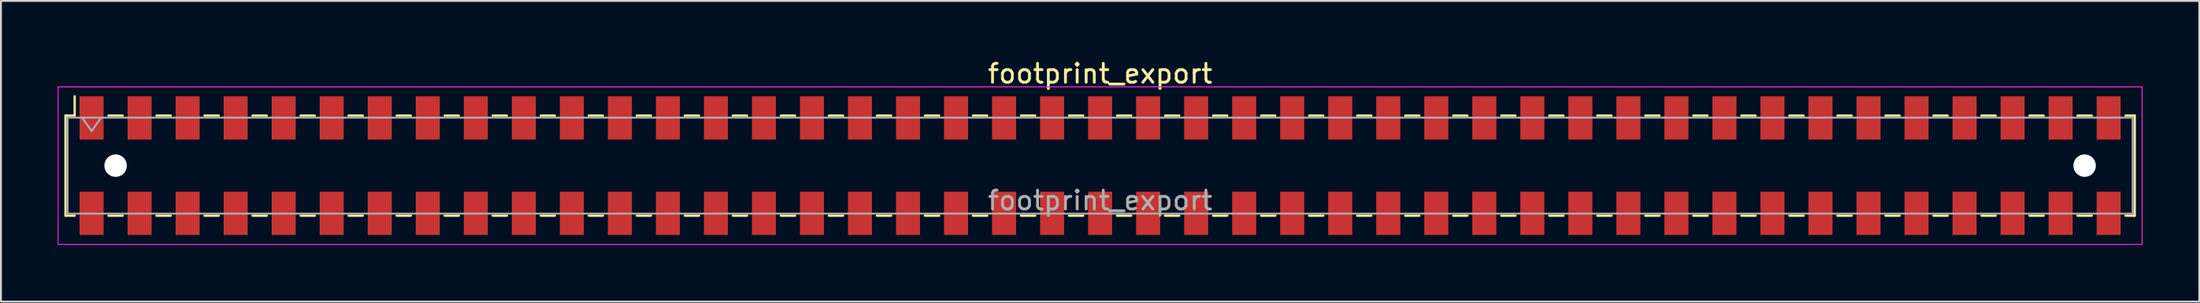
<source format=kicad_pcb>
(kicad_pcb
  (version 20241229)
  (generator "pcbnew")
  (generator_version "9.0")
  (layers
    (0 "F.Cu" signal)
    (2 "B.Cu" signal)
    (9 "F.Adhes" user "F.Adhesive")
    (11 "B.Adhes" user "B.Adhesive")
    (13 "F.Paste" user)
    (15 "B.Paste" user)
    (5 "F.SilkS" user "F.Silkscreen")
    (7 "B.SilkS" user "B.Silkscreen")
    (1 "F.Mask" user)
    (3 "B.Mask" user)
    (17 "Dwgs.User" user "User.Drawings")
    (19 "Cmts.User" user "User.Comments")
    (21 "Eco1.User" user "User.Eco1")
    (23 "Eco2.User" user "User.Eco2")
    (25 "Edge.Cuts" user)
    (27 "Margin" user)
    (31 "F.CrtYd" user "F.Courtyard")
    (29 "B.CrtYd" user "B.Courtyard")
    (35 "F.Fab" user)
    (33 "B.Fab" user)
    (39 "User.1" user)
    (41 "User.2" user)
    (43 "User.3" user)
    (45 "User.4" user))
  (footprint "footprint_export"
    (layer "F.Cu")
    (at 55.135 5.718)
    (property "Reference" "footprint_export" (at 0 -4.87 0) (layer "F.SilkS") (effects (font (size 1 1) (thickness 0.15))))
    (attr smd)
    (fp_line (start -54.72 -2.65) (end -54.72 2.65) (stroke (width 0.12) (type solid)) (layer "F.SilkS"))
    (fp_line (start -54.72 2.65) (end -54.235 2.65) (stroke (width 0.12) (type solid)) (layer "F.SilkS"))
    (fp_line (start -54.235 -3.67) (end -54.235 -2.65) (stroke (width 0.12) (type solid)) (layer "F.SilkS"))
    (fp_line (start -54.235 -2.65) (end -54.72 -2.65) (stroke (width 0.12) (type solid)) (layer "F.SilkS"))
    (fp_line (start -52.445 -2.65) (end -51.695 -2.65) (stroke (width 0.12) (type solid)) (layer "F.SilkS"))
    (fp_line (start -52.445 2.65) (end -51.695 2.65) (stroke (width 0.12) (type solid)) (layer "F.SilkS"))
    (fp_line (start -49.905 -2.65) (end -49.155 -2.65) (stroke (width 0.12) (type solid)) (layer "F.SilkS"))
    (fp_line (start -49.905 2.65) (end -49.155 2.65) (stroke (width 0.12) (type solid)) (layer "F.SilkS"))
    (fp_line (start -47.365 -2.65) (end -46.615 -2.65) (stroke (width 0.12) (type solid)) (layer "F.SilkS"))
    (fp_line (start -47.365 2.65) (end -46.615 2.65) (stroke (width 0.12) (type solid)) (layer "F.SilkS"))
    (fp_line (start -44.825 -2.65) (end -44.075 -2.65) (stroke (width 0.12) (type solid)) (layer "F.SilkS"))
    (fp_line (start -44.825 2.65) (end -44.075 2.65) (stroke (width 0.12) (type solid)) (layer "F.SilkS"))
    (fp_line (start -42.285 -2.65) (end -41.535 -2.65) (stroke (width 0.12) (type solid)) (layer "F.SilkS"))
    (fp_line (start -42.285 2.65) (end -41.535 2.65) (stroke (width 0.12) (type solid)) (layer "F.SilkS"))
    (fp_line (start -39.745 -2.65) (end -38.995 -2.65) (stroke (width 0.12) (type solid)) (layer "F.SilkS"))
    (fp_line (start -39.745 2.65) (end -38.995 2.65) (stroke (width 0.12) (type solid)) (layer "F.SilkS"))
    (fp_line (start -37.205 -2.65) (end -36.455 -2.65) (stroke (width 0.12) (type solid)) (layer "F.SilkS"))
    (fp_line (start -37.205 2.65) (end -36.455 2.65) (stroke (width 0.12) (type solid)) (layer "F.SilkS"))
    (fp_line (start -34.665 -2.65) (end -33.915 -2.65) (stroke (width 0.12) (type solid)) (layer "F.SilkS"))
    (fp_line (start -34.665 2.65) (end -33.915 2.65) (stroke (width 0.12) (type solid)) (layer "F.SilkS"))
    (fp_line (start -32.125 -2.65) (end -31.375 -2.65) (stroke (width 0.12) (type solid)) (layer "F.SilkS"))
    (fp_line (start -32.125 2.65) (end -31.375 2.65) (stroke (width 0.12) (type solid)) (layer "F.SilkS"))
    (fp_line (start -29.585 -2.65) (end -28.835 -2.65) (stroke (width 0.12) (type solid)) (layer "F.SilkS"))
    (fp_line (start -29.585 2.65) (end -28.835 2.65) (stroke (width 0.12) (type solid)) (layer "F.SilkS"))
    (fp_line (start -27.045 -2.65) (end -26.295 -2.65) (stroke (width 0.12) (type solid)) (layer "F.SilkS"))
    (fp_line (start -27.045 2.65) (end -26.295 2.65) (stroke (width 0.12) (type solid)) (layer "F.SilkS"))
    (fp_line (start -24.505 -2.65) (end -23.755 -2.65) (stroke (width 0.12) (type solid)) (layer "F.SilkS"))
    (fp_line (start -24.505 2.65) (end -23.755 2.65) (stroke (width 0.12) (type solid)) (layer "F.SilkS"))
    (fp_line (start -21.965 -2.65) (end -21.215 -2.65) (stroke (width 0.12) (type solid)) (layer "F.SilkS"))
    (fp_line (start -21.965 2.65) (end -21.215 2.65) (stroke (width 0.12) (type solid)) (layer "F.SilkS"))
    (fp_line (start -19.425 -2.65) (end -18.675 -2.65) (stroke (width 0.12) (type solid)) (layer "F.SilkS"))
    (fp_line (start -19.425 2.65) (end -18.675 2.65) (stroke (width 0.12) (type solid)) (layer "F.SilkS"))
    (fp_line (start -16.885 -2.65) (end -16.135 -2.65) (stroke (width 0.12) (type solid)) (layer "F.SilkS"))
    (fp_line (start -16.885 2.65) (end -16.135 2.65) (stroke (width 0.12) (type solid)) (layer "F.SilkS"))
    (fp_line (start -14.345 -2.65) (end -13.595 -2.65) (stroke (width 0.12) (type solid)) (layer "F.SilkS"))
    (fp_line (start -14.345 2.65) (end -13.595 2.65) (stroke (width 0.12) (type solid)) (layer "F.SilkS"))
    (fp_line (start -11.805 -2.65) (end -11.055 -2.65) (stroke (width 0.12) (type solid)) (layer "F.SilkS"))
    (fp_line (start -11.805 2.65) (end -11.055 2.65) (stroke (width 0.12) (type solid)) (layer "F.SilkS"))
    (fp_line (start -9.265 -2.65) (end -8.515 -2.65) (stroke (width 0.12) (type solid)) (layer "F.SilkS"))
    (fp_line (start -9.265 2.65) (end -8.515 2.65) (stroke (width 0.12) (type solid)) (layer "F.SilkS"))
    (fp_line (start -6.725 -2.65) (end -5.975 -2.65) (stroke (width 0.12) (type solid)) (layer "F.SilkS"))
    (fp_line (start -6.725 2.65) (end -5.975 2.65) (stroke (width 0.12) (type solid)) (layer "F.SilkS"))
    (fp_line (start -4.185 -2.65) (end -3.435 -2.65) (stroke (width 0.12) (type solid)) (layer "F.SilkS"))
    (fp_line (start -4.185 2.65) (end -3.435 2.65) (stroke (width 0.12) (type solid)) (layer "F.SilkS"))
    (fp_line (start -1.645 -2.65) (end -0.895 -2.65) (stroke (width 0.12) (type solid)) (layer "F.SilkS"))
    (fp_line (start -1.645 2.65) (end -0.895 2.65) (stroke (width 0.12) (type solid)) (layer "F.SilkS"))
    (fp_line (start 0.895 -2.65) (end 1.645 -2.65) (stroke (width 0.12) (type solid)) (layer "F.SilkS"))
    (fp_line (start 0.895 2.65) (end 1.645 2.65) (stroke (width 0.12) (type solid)) (layer "F.SilkS"))
    (fp_line (start 3.435 -2.65) (end 4.185 -2.65) (stroke (width 0.12) (type solid)) (layer "F.SilkS"))
    (fp_line (start 3.435 2.65) (end 4.185 2.65) (stroke (width 0.12) (type solid)) (layer "F.SilkS"))
    (fp_line (start 5.975 -2.65) (end 6.725 -2.65) (stroke (width 0.12) (type solid)) (layer "F.SilkS"))
    (fp_line (start 5.975 2.65) (end 6.725 2.65) (stroke (width 0.12) (type solid)) (layer "F.SilkS"))
    (fp_line (start 8.515 -2.65) (end 9.265 -2.65) (stroke (width 0.12) (type solid)) (layer "F.SilkS"))
    (fp_line (start 8.515 2.65) (end 9.265 2.65) (stroke (width 0.12) (type solid)) (layer "F.SilkS"))
    (fp_line (start 11.055 -2.65) (end 11.805 -2.65) (stroke (width 0.12) (type solid)) (layer "F.SilkS"))
    (fp_line (start 11.055 2.65) (end 11.805 2.65) (stroke (width 0.12) (type solid)) (layer "F.SilkS"))
    (fp_line (start 13.595 -2.65) (end 14.345 -2.65) (stroke (width 0.12) (type solid)) (layer "F.SilkS"))
    (fp_line (start 13.595 2.65) (end 14.345 2.65) (stroke (width 0.12) (type solid)) (layer "F.SilkS"))
    (fp_line (start 16.135 -2.65) (end 16.885 -2.65) (stroke (width 0.12) (type solid)) (layer "F.SilkS"))
    (fp_line (start 16.135 2.65) (end 16.885 2.65) (stroke (width 0.12) (type solid)) (layer "F.SilkS"))
    (fp_line (start 18.675 -2.65) (end 19.425 -2.65) (stroke (width 0.12) (type solid)) (layer "F.SilkS"))
    (fp_line (start 18.675 2.65) (end 19.425 2.65) (stroke (width 0.12) (type solid)) (layer "F.SilkS"))
    (fp_line (start 21.215 -2.65) (end 21.965 -2.65) (stroke (width 0.12) (type solid)) (layer "F.SilkS"))
    (fp_line (start 21.215 2.65) (end 21.965 2.65) (stroke (width 0.12) (type solid)) (layer "F.SilkS"))
    (fp_line (start 23.755 -2.65) (end 24.505 -2.65) (stroke (width 0.12) (type solid)) (layer "F.SilkS"))
    (fp_line (start 23.755 2.65) (end 24.505 2.65) (stroke (width 0.12) (type solid)) (layer "F.SilkS"))
    (fp_line (start 26.295 -2.65) (end 27.045 -2.65) (stroke (width 0.12) (type solid)) (layer "F.SilkS"))
    (fp_line (start 26.295 2.65) (end 27.045 2.65) (stroke (width 0.12) (type solid)) (layer "F.SilkS"))
    (fp_line (start 28.835 -2.65) (end 29.585 -2.65) (stroke (width 0.12) (type solid)) (layer "F.SilkS"))
    (fp_line (start 28.835 2.65) (end 29.585 2.65) (stroke (width 0.12) (type solid)) (layer "F.SilkS"))
    (fp_line (start 31.375 -2.65) (end 32.125 -2.65) (stroke (width 0.12) (type solid)) (layer "F.SilkS"))
    (fp_line (start 31.375 2.65) (end 32.125 2.65) (stroke (width 0.12) (type solid)) (layer "F.SilkS"))
    (fp_line (start 33.915 -2.65) (end 34.665 -2.65) (stroke (width 0.12) (type solid)) (layer "F.SilkS"))
    (fp_line (start 33.915 2.65) (end 34.665 2.65) (stroke (width 0.12) (type solid)) (layer "F.SilkS"))
    (fp_line (start 36.455 -2.65) (end 37.205 -2.65) (stroke (width 0.12) (type solid)) (layer "F.SilkS"))
    (fp_line (start 36.455 2.65) (end 37.205 2.65) (stroke (width 0.12) (type solid)) (layer "F.SilkS"))
    (fp_line (start 38.995 -2.65) (end 39.745 -2.65) (stroke (width 0.12) (type solid)) (layer "F.SilkS"))
    (fp_line (start 38.995 2.65) (end 39.745 2.65) (stroke (width 0.12) (type solid)) (layer "F.SilkS"))
    (fp_line (start 41.535 -2.65) (end 42.285 -2.65) (stroke (width 0.12) (type solid)) (layer "F.SilkS"))
    (fp_line (start 41.535 2.65) (end 42.285 2.65) (stroke (width 0.12) (type solid)) (layer "F.SilkS"))
    (fp_line (start 44.075 -2.65) (end 44.825 -2.65) (stroke (width 0.12) (type solid)) (layer "F.SilkS"))
    (fp_line (start 44.075 2.65) (end 44.825 2.65) (stroke (width 0.12) (type solid)) (layer "F.SilkS"))
    (fp_line (start 46.615 -2.65) (end 47.365 -2.65) (stroke (width 0.12) (type solid)) (layer "F.SilkS"))
    (fp_line (start 46.615 2.65) (end 47.365 2.65) (stroke (width 0.12) (type solid)) (layer "F.SilkS"))
    (fp_line (start 49.155 -2.65) (end 49.905 -2.65) (stroke (width 0.12) (type solid)) (layer "F.SilkS"))
    (fp_line (start 49.155 2.65) (end 49.905 2.65) (stroke (width 0.12) (type solid)) (layer "F.SilkS"))
    (fp_line (start 51.695 -2.65) (end 52.445 -2.65) (stroke (width 0.12) (type solid)) (layer "F.SilkS"))
    (fp_line (start 51.695 2.65) (end 52.445 2.65) (stroke (width 0.12) (type solid)) (layer "F.SilkS"))
    (fp_line (start 54.235 -2.65) (end 54.72 -2.65) (stroke (width 0.12) (type solid)) (layer "F.SilkS"))
    (fp_line (start 54.72 -2.65) (end 54.72 2.65) (stroke (width 0.12) (type solid)) (layer "F.SilkS"))
    (fp_line (start 54.72 2.65) (end 54.235 2.65) (stroke (width 0.12) (type solid)) (layer "F.SilkS"))
    (fp_line (start -55.11 -4.17) (end 55.11 -4.17) (stroke (width 0.05) (type solid)) (layer "F.CrtYd"))
    (fp_line (start -55.11 4.17) (end -55.11 -4.17) (stroke (width 0.05) (type solid)) (layer "F.CrtYd"))
    (fp_line (start 55.11 -4.17) (end 55.11 4.17) (stroke (width 0.05) (type solid)) (layer "F.CrtYd"))
    (fp_line (start 55.11 4.17) (end -55.11 4.17) (stroke (width 0.05) (type solid)) (layer "F.CrtYd"))
    (fp_line (start -54.61 -2.54) (end 54.61 -2.54) (stroke (width 0.1) (type solid)) (layer "F.Fab"))
    (fp_line (start -54.61 2.54) (end -54.61 -2.54) (stroke (width 0.1) (type solid)) (layer "F.Fab"))
    (fp_line (start -53.84 -2.54) (end -53.34 -1.833) (stroke (width 0.1) (type solid)) (layer "F.Fab"))
    (fp_line (start -53.34 -1.833) (end -52.84 -2.54) (stroke (width 0.1) (type solid)) (layer "F.Fab"))
    (fp_line (start 54.61 -2.54) (end 54.61 2.54) (stroke (width 0.1) (type solid)) (layer "F.Fab"))
    (fp_line (start 54.61 2.54) (end -54.61 2.54) (stroke (width 0.1) (type solid)) (layer "F.Fab"))
    (fp_text user "${REFERENCE}" (at 0 1.84 0) (layer "F.Fab") (effects (font (size 1 1) (thickness 0.15))))
    (pad "" np_thru_hole circle (at -52.07 0) (size 1.19 1.19) (drill 1.19) (layers "*.Cu" "*.Mask"))
    (pad "" np_thru_hole circle (at 52.07 0) (size 1.19 1.19) (drill 1.19) (layers "*.Cu" "*.Mask"))
    (pad "1" smd rect (at -53.34 -2.525) (size 1.27 2.29) (layers "F.Cu" "F.Mask" "F.Paste"))
    (pad "2" smd rect (at -53.34 2.525) (size 1.27 2.29) (layers "F.Cu" "F.Mask" "F.Paste"))
    (pad "3" smd rect (at -50.8 -2.525) (size 1.27 2.29) (layers "F.Cu" "F.Mask" "F.Paste"))
    (pad "4" smd rect (at -50.8 2.525) (size 1.27 2.29) (layers "F.Cu" "F.Mask" "F.Paste"))
    (pad "5" smd rect (at -48.26 -2.525) (size 1.27 2.29) (layers "F.Cu" "F.Mask" "F.Paste"))
    (pad "6" smd rect (at -48.26 2.525) (size 1.27 2.29) (layers "F.Cu" "F.Mask" "F.Paste"))
    (pad "7" smd rect (at -45.72 -2.525) (size 1.27 2.29) (layers "F.Cu" "F.Mask" "F.Paste"))
    (pad "8" smd rect (at -45.72 2.525) (size 1.27 2.29) (layers "F.Cu" "F.Mask" "F.Paste"))
    (pad "9" smd rect (at -43.18 -2.525) (size 1.27 2.29) (layers "F.Cu" "F.Mask" "F.Paste"))
    (pad "10" smd rect (at -43.18 2.525) (size 1.27 2.29) (layers "F.Cu" "F.Mask" "F.Paste"))
    (pad "11" smd rect (at -40.64 -2.525) (size 1.27 2.29) (layers "F.Cu" "F.Mask" "F.Paste"))
    (pad "12" smd rect (at -40.64 2.525) (size 1.27 2.29) (layers "F.Cu" "F.Mask" "F.Paste"))
    (pad "13" smd rect (at -38.1 -2.525) (size 1.27 2.29) (layers "F.Cu" "F.Mask" "F.Paste"))
    (pad "14" smd rect (at -38.1 2.525) (size 1.27 2.29) (layers "F.Cu" "F.Mask" "F.Paste"))
    (pad "15" smd rect (at -35.56 -2.525) (size 1.27 2.29) (layers "F.Cu" "F.Mask" "F.Paste"))
    (pad "16" smd rect (at -35.56 2.525) (size 1.27 2.29) (layers "F.Cu" "F.Mask" "F.Paste"))
    (pad "17" smd rect (at -33.02 -2.525) (size 1.27 2.29) (layers "F.Cu" "F.Mask" "F.Paste"))
    (pad "18" smd rect (at -33.02 2.525) (size 1.27 2.29) (layers "F.Cu" "F.Mask" "F.Paste"))
    (pad "19" smd rect (at -30.48 -2.525) (size 1.27 2.29) (layers "F.Cu" "F.Mask" "F.Paste"))
    (pad "20" smd rect (at -30.48 2.525) (size 1.27 2.29) (layers "F.Cu" "F.Mask" "F.Paste"))
    (pad "21" smd rect (at -27.94 -2.525) (size 1.27 2.29) (layers "F.Cu" "F.Mask" "F.Paste"))
    (pad "22" smd rect (at -27.94 2.525) (size 1.27 2.29) (layers "F.Cu" "F.Mask" "F.Paste"))
    (pad "23" smd rect (at -25.4 -2.525) (size 1.27 2.29) (layers "F.Cu" "F.Mask" "F.Paste"))
    (pad "24" smd rect (at -25.4 2.525) (size 1.27 2.29) (layers "F.Cu" "F.Mask" "F.Paste"))
    (pad "25" smd rect (at -22.86 -2.525) (size 1.27 2.29) (layers "F.Cu" "F.Mask" "F.Paste"))
    (pad "26" smd rect (at -22.86 2.525) (size 1.27 2.29) (layers "F.Cu" "F.Mask" "F.Paste"))
    (pad "27" smd rect (at -20.32 -2.525) (size 1.27 2.29) (layers "F.Cu" "F.Mask" "F.Paste"))
    (pad "28" smd rect (at -20.32 2.525) (size 1.27 2.29) (layers "F.Cu" "F.Mask" "F.Paste"))
    (pad "29" smd rect (at -17.78 -2.525) (size 1.27 2.29) (layers "F.Cu" "F.Mask" "F.Paste"))
    (pad "30" smd rect (at -17.78 2.525) (size 1.27 2.29) (layers "F.Cu" "F.Mask" "F.Paste"))
    (pad "31" smd rect (at -15.24 -2.525) (size 1.27 2.29) (layers "F.Cu" "F.Mask" "F.Paste"))
    (pad "32" smd rect (at -15.24 2.525) (size 1.27 2.29) (layers "F.Cu" "F.Mask" "F.Paste"))
    (pad "33" smd rect (at -12.7 -2.525) (size 1.27 2.29) (layers "F.Cu" "F.Mask" "F.Paste"))
    (pad "34" smd rect (at -12.7 2.525) (size 1.27 2.29) (layers "F.Cu" "F.Mask" "F.Paste"))
    (pad "35" smd rect (at -10.16 -2.525) (size 1.27 2.29) (layers "F.Cu" "F.Mask" "F.Paste"))
    (pad "36" smd rect (at -10.16 2.525) (size 1.27 2.29) (layers "F.Cu" "F.Mask" "F.Paste"))
    (pad "37" smd rect (at -7.62 -2.525) (size 1.27 2.29) (layers "F.Cu" "F.Mask" "F.Paste"))
    (pad "38" smd rect (at -7.62 2.525) (size 1.27 2.29) (layers "F.Cu" "F.Mask" "F.Paste"))
    (pad "39" smd rect (at -5.08 -2.525) (size 1.27 2.29) (layers "F.Cu" "F.Mask" "F.Paste"))
    (pad "40" smd rect (at -5.08 2.525) (size 1.27 2.29) (layers "F.Cu" "F.Mask" "F.Paste"))
    (pad "41" smd rect (at -2.54 -2.525) (size 1.27 2.29) (layers "F.Cu" "F.Mask" "F.Paste"))
    (pad "42" smd rect (at -2.54 2.525) (size 1.27 2.29) (layers "F.Cu" "F.Mask" "F.Paste"))
    (pad "43" smd rect (at 0 -2.525) (size 1.27 2.29) (layers "F.Cu" "F.Mask" "F.Paste"))
    (pad "44" smd rect (at 0 2.525) (size 1.27 2.29) (layers "F.Cu" "F.Mask" "F.Paste"))
    (pad "45" smd rect (at 2.54 -2.525) (size 1.27 2.29) (layers "F.Cu" "F.Mask" "F.Paste"))
    (pad "46" smd rect (at 2.54 2.525) (size 1.27 2.29) (layers "F.Cu" "F.Mask" "F.Paste"))
    (pad "47" smd rect (at 5.08 -2.525) (size 1.27 2.29) (layers "F.Cu" "F.Mask" "F.Paste"))
    (pad "48" smd rect (at 5.08 2.525) (size 1.27 2.29) (layers "F.Cu" "F.Mask" "F.Paste"))
    (pad "49" smd rect (at 7.62 -2.525) (size 1.27 2.29) (layers "F.Cu" "F.Mask" "F.Paste"))
    (pad "50" smd rect (at 7.62 2.525) (size 1.27 2.29) (layers "F.Cu" "F.Mask" "F.Paste"))
    (pad "51" smd rect (at 10.16 -2.525) (size 1.27 2.29) (layers "F.Cu" "F.Mask" "F.Paste"))
    (pad "52" smd rect (at 10.16 2.525) (size 1.27 2.29) (layers "F.Cu" "F.Mask" "F.Paste"))
    (pad "53" smd rect (at 12.7 -2.525) (size 1.27 2.29) (layers "F.Cu" "F.Mask" "F.Paste"))
    (pad "54" smd rect (at 12.7 2.525) (size 1.27 2.29) (layers "F.Cu" "F.Mask" "F.Paste"))
    (pad "55" smd rect (at 15.24 -2.525) (size 1.27 2.29) (layers "F.Cu" "F.Mask" "F.Paste"))
    (pad "56" smd rect (at 15.24 2.525) (size 1.27 2.29) (layers "F.Cu" "F.Mask" "F.Paste"))
    (pad "57" smd rect (at 17.78 -2.525) (size 1.27 2.29) (layers "F.Cu" "F.Mask" "F.Paste"))
    (pad "58" smd rect (at 17.78 2.525) (size 1.27 2.29) (layers "F.Cu" "F.Mask" "F.Paste"))
    (pad "59" smd rect (at 20.32 -2.525) (size 1.27 2.29) (layers "F.Cu" "F.Mask" "F.Paste"))
    (pad "60" smd rect (at 20.32 2.525) (size 1.27 2.29) (layers "F.Cu" "F.Mask" "F.Paste"))
    (pad "61" smd rect (at 22.86 -2.525) (size 1.27 2.29) (layers "F.Cu" "F.Mask" "F.Paste"))
    (pad "62" smd rect (at 22.86 2.525) (size 1.27 2.29) (layers "F.Cu" "F.Mask" "F.Paste"))
    (pad "63" smd rect (at 25.4 -2.525) (size 1.27 2.29) (layers "F.Cu" "F.Mask" "F.Paste"))
    (pad "64" smd rect (at 25.4 2.525) (size 1.27 2.29) (layers "F.Cu" "F.Mask" "F.Paste"))
    (pad "65" smd rect (at 27.94 -2.525) (size 1.27 2.29) (layers "F.Cu" "F.Mask" "F.Paste"))
    (pad "66" smd rect (at 27.94 2.525) (size 1.27 2.29) (layers "F.Cu" "F.Mask" "F.Paste"))
    (pad "67" smd rect (at 30.48 -2.525) (size 1.27 2.29) (layers "F.Cu" "F.Mask" "F.Paste"))
    (pad "68" smd rect (at 30.48 2.525) (size 1.27 2.29) (layers "F.Cu" "F.Mask" "F.Paste"))
    (pad "69" smd rect (at 33.02 -2.525) (size 1.27 2.29) (layers "F.Cu" "F.Mask" "F.Paste"))
    (pad "70" smd rect (at 33.02 2.525) (size 1.27 2.29) (layers "F.Cu" "F.Mask" "F.Paste"))
    (pad "71" smd rect (at 35.56 -2.525) (size 1.27 2.29) (layers "F.Cu" "F.Mask" "F.Paste"))
    (pad "72" smd rect (at 35.56 2.525) (size 1.27 2.29) (layers "F.Cu" "F.Mask" "F.Paste"))
    (pad "73" smd rect (at 38.1 -2.525) (size 1.27 2.29) (layers "F.Cu" "F.Mask" "F.Paste"))
    (pad "74" smd rect (at 38.1 2.525) (size 1.27 2.29) (layers "F.Cu" "F.Mask" "F.Paste"))
    (pad "75" smd rect (at 40.64 -2.525) (size 1.27 2.29) (layers "F.Cu" "F.Mask" "F.Paste"))
    (pad "76" smd rect (at 40.64 2.525) (size 1.27 2.29) (layers "F.Cu" "F.Mask" "F.Paste"))
    (pad "77" smd rect (at 43.18 -2.525) (size 1.27 2.29) (layers "F.Cu" "F.Mask" "F.Paste"))
    (pad "78" smd rect (at 43.18 2.525) (size 1.27 2.29) (layers "F.Cu" "F.Mask" "F.Paste"))
    (pad "79" smd rect (at 45.72 -2.525) (size 1.27 2.29) (layers "F.Cu" "F.Mask" "F.Paste"))
    (pad "80" smd rect (at 45.72 2.525) (size 1.27 2.29) (layers "F.Cu" "F.Mask" "F.Paste"))
    (pad "81" smd rect (at 48.26 -2.525) (size 1.27 2.29) (layers "F.Cu" "F.Mask" "F.Paste"))
    (pad "82" smd rect (at 48.26 2.525) (size 1.27 2.29) (layers "F.Cu" "F.Mask" "F.Paste"))
    (pad "83" smd rect (at 50.8 -2.525) (size 1.27 2.29) (layers "F.Cu" "F.Mask" "F.Paste"))
    (pad "84" smd rect (at 50.8 2.525) (size 1.27 2.29) (layers "F.Cu" "F.Mask" "F.Paste"))
    (pad "85" smd rect (at 53.34 -2.525) (size 1.27 2.29) (layers "F.Cu" "F.Mask" "F.Paste"))
    (pad "86" smd rect (at 53.34 2.525) (size 1.27 2.29) (layers "F.Cu" "F.Mask" "F.Paste")))
  (gr_rect
    (start -3 -3)
    (end 113.27 12.913)
    (stroke (width 0.1) (type default))
    (fill no)
    (layer "Edge.Cuts")))
</source>
